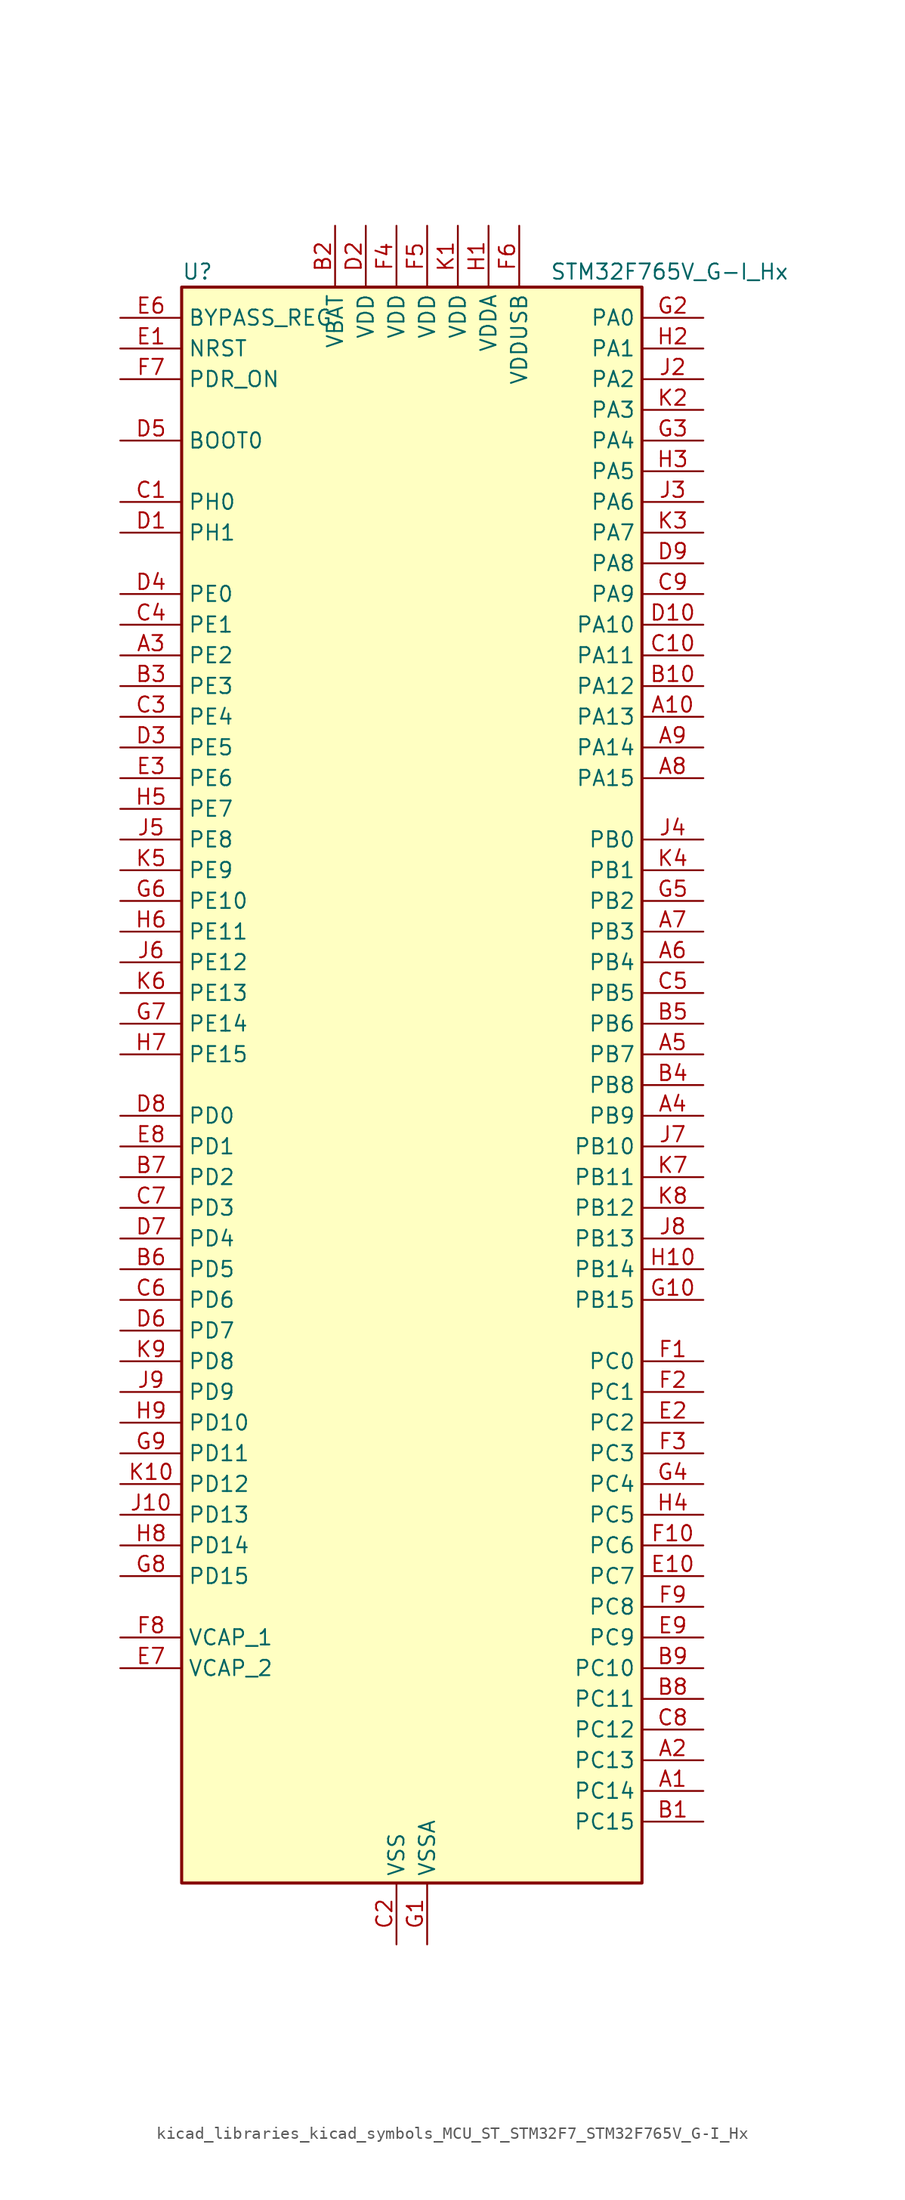
<source format=kicad_sym>
(kicad_symbol_lib
  (version 20220914)
  (generator kicad_symbol_editor)
  (symbol "kicad_libraries_kicad_symbols_MCU_ST_STM32F7_STM32F765V_G-I_Hx"
    (property "Reference" "U"
      (at -17.78 67.31 0)
      (effects (font (size 1.27 1.27)) (justify left)))
    (property "Value" "STM32F765V_G-I_Hx"
      (at 12.7 67.31 0)
      (effects (font (size 1.27 1.27)) (justify left)))
    (property "ki_locked" ""
      (at 0 0 0)
      (effects (font (size 1.27 1.27))))
    (symbol "kicad_libraries_kicad_symbols_MCU_ST_STM32F7_STM32F765V_G-I_Hx_0_1"
      (rectangle (start -17.78 -66.04) (end 20.32 66.04) (stroke (width 0.254) (type default)) (fill (type background))))
    (symbol "kicad_libraries_kicad_symbols_MCU_ST_STM32F7_STM32F765V_G-I_Hx_1_1"
      (pin bidirectional line (at 25.4 -58.42 180) (length 5.08) (name "PC14" (effects (font (size 1.27 1.27)))) (number "A1" (effects (font (size 1.27 1.27)))) (alternate "RCC_OSC32_IN" bidirectional line))
      (pin bidirectional line (at 25.4 30.48 180) (length 5.08) (name "PA13" (effects (font (size 1.27 1.27)))) (number "A10" (effects (font (size 1.27 1.27)))) (alternate "SYS_JTMS-SWDIO" bidirectional line))
      (pin bidirectional line (at 25.4 -55.88 180) (length 5.08) (name "PC13" (effects (font (size 1.27 1.27)))) (number "A2" (effects (font (size 1.27 1.27)))) (alternate "RTC_OUT" bidirectional line) (alternate "RTC_TAMP1" bidirectional line) (alternate "RTC_TS" bidirectional line) (alternate "SYS_WKUP4" bidirectional line))
      (pin bidirectional line (at -22.86 35.56 0) (length 5.08) (name "PE2" (effects (font (size 1.27 1.27)))) (number "A3" (effects (font (size 1.27 1.27)))) (alternate "ETH_TXD3" bidirectional line) (alternate "FMC_A23" bidirectional line) (alternate "QUADSPI_BK1_IO2" bidirectional line) (alternate "SAI1_MCLK_A" bidirectional line) (alternate "SPI4_SCK" bidirectional line) (alternate "SYS_TRACECLK" bidirectional line))
      (pin bidirectional line (at 25.4 -2.54 180) (length 5.08) (name "PB9" (effects (font (size 1.27 1.27)))) (number "A4" (effects (font (size 1.27 1.27)))) (alternate "CAN1_TX" bidirectional line) (alternate "DAC_EXTI9" bidirectional line) (alternate "DCMI_D7" bidirectional line) (alternate "DFSDM1_DATIN7" bidirectional line) (alternate "I2C1_SDA" bidirectional line) (alternate "I2C4_SDA" bidirectional line) (alternate "I2C4_SMBA" bidirectional line) (alternate "I2S2_WS" bidirectional line) (alternate "SDMMC1_D5" bidirectional line) (alternate "SDMMC2_D5" bidirectional line) (alternate "SPI2_NSS" bidirectional line) (alternate "TIM11_CH1" bidirectional line) (alternate "TIM4_CH4" bidirectional line) (alternate "UART5_TX" bidirectional line))
      (pin bidirectional line (at 25.4 2.54 180) (length 5.08) (name "PB7" (effects (font (size 1.27 1.27)))) (number "A5" (effects (font (size 1.27 1.27)))) (alternate "DCMI_VSYNC" bidirectional line) (alternate "DFSDM1_CKIN5" bidirectional line) (alternate "FMC_NL" bidirectional line) (alternate "I2C1_SDA" bidirectional line) (alternate "I2C4_SDA" bidirectional line) (alternate "TIM4_CH2" bidirectional line) (alternate "USART1_RX" bidirectional line))
      (pin bidirectional line (at 25.4 10.16 180) (length 5.08) (name "PB4" (effects (font (size 1.27 1.27)))) (number "A6" (effects (font (size 1.27 1.27)))) (alternate "CAN3_TX" bidirectional line) (alternate "I2S2_WS" bidirectional line) (alternate "SDMMC2_D3" bidirectional line) (alternate "SPI1_MISO" bidirectional line) (alternate "SPI2_NSS" bidirectional line) (alternate "SPI3_MISO" bidirectional line) (alternate "SPI6_MISO" bidirectional line) (alternate "SYS_JTRST" bidirectional line) (alternate "TIM3_CH1" bidirectional line) (alternate "UART7_TX" bidirectional line))
      (pin bidirectional line (at 25.4 12.7 180) (length 5.08) (name "PB3" (effects (font (size 1.27 1.27)))) (number "A7" (effects (font (size 1.27 1.27)))) (alternate "CAN3_RX" bidirectional line) (alternate "I2S1_CK" bidirectional line) (alternate "I2S3_CK" bidirectional line) (alternate "SDMMC2_D2" bidirectional line) (alternate "SPI1_SCK" bidirectional line) (alternate "SPI3_SCK" bidirectional line) (alternate "SPI6_SCK" bidirectional line) (alternate "SYS_JTDO-SWO" bidirectional line) (alternate "TIM2_CH2" bidirectional line) (alternate "UART7_RX" bidirectional line))
      (pin bidirectional line (at 25.4 25.4 180) (length 5.08) (name "PA15" (effects (font (size 1.27 1.27)))) (number "A8" (effects (font (size 1.27 1.27)))) (alternate "CAN3_TX" bidirectional line) (alternate "CEC" bidirectional line) (alternate "I2S1_WS" bidirectional line) (alternate "I2S3_WS" bidirectional line) (alternate "SPI1_NSS" bidirectional line) (alternate "SPI3_NSS" bidirectional line) (alternate "SPI6_NSS" bidirectional line) (alternate "SYS_JTDI" bidirectional line) (alternate "TIM2_CH1" bidirectional line) (alternate "TIM2_ETR" bidirectional line) (alternate "UART4_DE" bidirectional line) (alternate "UART4_RTS" bidirectional line) (alternate "UART7_TX" bidirectional line))
      (pin bidirectional line (at 25.4 27.94 180) (length 5.08) (name "PA14" (effects (font (size 1.27 1.27)))) (number "A9" (effects (font (size 1.27 1.27)))) (alternate "SYS_JTCK-SWCLK" bidirectional line))
      (pin bidirectional line (at 25.4 -60.96 180) (length 5.08) (name "PC15" (effects (font (size 1.27 1.27)))) (number "B1" (effects (font (size 1.27 1.27)))) (alternate "RCC_OSC32_OUT" bidirectional line))
      (pin bidirectional line (at 25.4 33.02 180) (length 5.08) (name "PA12" (effects (font (size 1.27 1.27)))) (number "B10" (effects (font (size 1.27 1.27)))) (alternate "CAN1_TX" bidirectional line) (alternate "I2S2_CK" bidirectional line) (alternate "SAI2_FS_B" bidirectional line) (alternate "SPI2_SCK" bidirectional line) (alternate "TIM1_ETR" bidirectional line) (alternate "UART4_TX" bidirectional line) (alternate "USART1_DE" bidirectional line) (alternate "USART1_RTS" bidirectional line) (alternate "USB_OTG_FS_DP" bidirectional line))
      (pin power_in line (at -5.08 71.12 270) (length 5.08) (name "VBAT" (effects (font (size 1.27 1.27)))) (number "B2" (effects (font (size 1.27 1.27)))))
      (pin bidirectional line (at -22.86 33.02 0) (length 5.08) (name "PE3" (effects (font (size 1.27 1.27)))) (number "B3" (effects (font (size 1.27 1.27)))) (alternate "FMC_A19" bidirectional line) (alternate "SAI1_SD_B" bidirectional line) (alternate "SYS_TRACED0" bidirectional line))
      (pin bidirectional line (at 25.4 0 180) (length 5.08) (name "PB8" (effects (font (size 1.27 1.27)))) (number "B4" (effects (font (size 1.27 1.27)))) (alternate "CAN1_RX" bidirectional line) (alternate "DCMI_D6" bidirectional line) (alternate "DFSDM1_CKIN7" bidirectional line) (alternate "ETH_TXD3" bidirectional line) (alternate "I2C1_SCL" bidirectional line) (alternate "I2C4_SCL" bidirectional line) (alternate "SDMMC1_D4" bidirectional line) (alternate "SDMMC2_D4" bidirectional line) (alternate "TIM10_CH1" bidirectional line) (alternate "TIM4_CH3" bidirectional line) (alternate "UART5_RX" bidirectional line))
      (pin bidirectional line (at 25.4 5.08 180) (length 5.08) (name "PB6" (effects (font (size 1.27 1.27)))) (number "B5" (effects (font (size 1.27 1.27)))) (alternate "CAN2_TX" bidirectional line) (alternate "CEC" bidirectional line) (alternate "DCMI_D5" bidirectional line) (alternate "DFSDM1_DATIN5" bidirectional line) (alternate "FMC_SDNE1" bidirectional line) (alternate "I2C1_SCL" bidirectional line) (alternate "I2C4_SCL" bidirectional line) (alternate "QUADSPI_BK1_NCS" bidirectional line) (alternate "TIM4_CH1" bidirectional line) (alternate "UART5_TX" bidirectional line) (alternate "USART1_TX" bidirectional line))
      (pin bidirectional line (at -22.86 -15.24 0) (length 5.08) (name "PD5" (effects (font (size 1.27 1.27)))) (number "B6" (effects (font (size 1.27 1.27)))) (alternate "FMC_NWE" bidirectional line) (alternate "USART2_TX" bidirectional line))
      (pin bidirectional line (at -22.86 -7.62 0) (length 5.08) (name "PD2" (effects (font (size 1.27 1.27)))) (number "B7" (effects (font (size 1.27 1.27)))) (alternate "DCMI_D11" bidirectional line) (alternate "SDMMC1_CMD" bidirectional line) (alternate "SYS_TRACED2" bidirectional line) (alternate "TIM3_ETR" bidirectional line) (alternate "UART5_RX" bidirectional line))
      (pin bidirectional line (at 25.4 -50.8 180) (length 5.08) (name "PC11" (effects (font (size 1.27 1.27)))) (number "B8" (effects (font (size 1.27 1.27)))) (alternate "ADC1_EXTI11" bidirectional line) (alternate "ADC2_EXTI11" bidirectional line) (alternate "ADC3_EXTI11" bidirectional line) (alternate "DCMI_D4" bidirectional line) (alternate "DFSDM1_DATIN5" bidirectional line) (alternate "QUADSPI_BK2_NCS" bidirectional line) (alternate "SDMMC1_D3" bidirectional line) (alternate "SPI3_MISO" bidirectional line) (alternate "UART4_RX" bidirectional line) (alternate "USART3_RX" bidirectional line))
      (pin bidirectional line (at 25.4 -48.26 180) (length 5.08) (name "PC10" (effects (font (size 1.27 1.27)))) (number "B9" (effects (font (size 1.27 1.27)))) (alternate "DCMI_D8" bidirectional line) (alternate "DFSDM1_CKIN5" bidirectional line) (alternate "I2S3_CK" bidirectional line) (alternate "QUADSPI_BK1_IO1" bidirectional line) (alternate "SDMMC1_D2" bidirectional line) (alternate "SPI3_SCK" bidirectional line) (alternate "UART4_TX" bidirectional line) (alternate "USART3_TX" bidirectional line))
      (pin bidirectional line (at -22.86 48.26 0) (length 5.08) (name "PH0" (effects (font (size 1.27 1.27)))) (number "C1" (effects (font (size 1.27 1.27)))) (alternate "RCC_OSC_IN" bidirectional line))
      (pin bidirectional line (at 25.4 35.56 180) (length 5.08) (name "PA11" (effects (font (size 1.27 1.27)))) (number "C10" (effects (font (size 1.27 1.27)))) (alternate "ADC1_EXTI11" bidirectional line) (alternate "ADC2_EXTI11" bidirectional line) (alternate "ADC3_EXTI11" bidirectional line) (alternate "CAN1_RX" bidirectional line) (alternate "I2S2_WS" bidirectional line) (alternate "SPI2_NSS" bidirectional line) (alternate "TIM1_CH4" bidirectional line) (alternate "UART4_RX" bidirectional line) (alternate "USART1_CTS" bidirectional line) (alternate "USB_OTG_FS_DM" bidirectional line))
      (pin power_in line (at 0 -71.12 90) (length 5.08) (name "VSS" (effects (font (size 1.27 1.27)))) (number "C2" (effects (font (size 1.27 1.27)))))
      (pin bidirectional line (at -22.86 30.48 0) (length 5.08) (name "PE4" (effects (font (size 1.27 1.27)))) (number "C3" (effects (font (size 1.27 1.27)))) (alternate "DCMI_D4" bidirectional line) (alternate "DFSDM1_DATIN3" bidirectional line) (alternate "FMC_A20" bidirectional line) (alternate "SAI1_FS_A" bidirectional line) (alternate "SPI4_NSS" bidirectional line) (alternate "SYS_TRACED1" bidirectional line))
      (pin bidirectional line (at -22.86 38.1 0) (length 5.08) (name "PE1" (effects (font (size 1.27 1.27)))) (number "C4" (effects (font (size 1.27 1.27)))) (alternate "DCMI_D3" bidirectional line) (alternate "FMC_NBL1" bidirectional line) (alternate "LPTIM1_IN2" bidirectional line) (alternate "UART8_TX" bidirectional line))
      (pin bidirectional line (at 25.4 7.62 180) (length 5.08) (name "PB5" (effects (font (size 1.27 1.27)))) (number "C5" (effects (font (size 1.27 1.27)))) (alternate "CAN2_RX" bidirectional line) (alternate "DCMI_D10" bidirectional line) (alternate "ETH_PPS_OUT" bidirectional line) (alternate "FMC_SDCKE1" bidirectional line) (alternate "I2C1_SMBA" bidirectional line) (alternate "I2S1_SD" bidirectional line) (alternate "I2S3_SD" bidirectional line) (alternate "SPI1_MOSI" bidirectional line) (alternate "SPI3_MOSI" bidirectional line) (alternate "SPI6_MOSI" bidirectional line) (alternate "TIM3_CH2" bidirectional line) (alternate "UART5_RX" bidirectional line) (alternate "USB_OTG_HS_ULPI_D7" bidirectional line))
      (pin bidirectional line (at -22.86 -17.78 0) (length 5.08) (name "PD6" (effects (font (size 1.27 1.27)))) (number "C6" (effects (font (size 1.27 1.27)))) (alternate "DCMI_D10" bidirectional line) (alternate "DFSDM1_CKIN4" bidirectional line) (alternate "DFSDM1_DATIN1" bidirectional line) (alternate "FMC_NWAIT" bidirectional line) (alternate "I2S3_SD" bidirectional line) (alternate "SAI1_SD_A" bidirectional line) (alternate "SDMMC2_CK" bidirectional line) (alternate "SPI3_MOSI" bidirectional line) (alternate "USART2_RX" bidirectional line))
      (pin bidirectional line (at -22.86 -10.16 0) (length 5.08) (name "PD3" (effects (font (size 1.27 1.27)))) (number "C7" (effects (font (size 1.27 1.27)))) (alternate "DCMI_D5" bidirectional line) (alternate "DFSDM1_CKOUT" bidirectional line) (alternate "DFSDM1_DATIN0" bidirectional line) (alternate "FMC_CLK" bidirectional line) (alternate "I2S2_CK" bidirectional line) (alternate "SPI2_SCK" bidirectional line) (alternate "USART2_CTS" bidirectional line))
      (pin bidirectional line (at 25.4 -53.34 180) (length 5.08) (name "PC12" (effects (font (size 1.27 1.27)))) (number "C8" (effects (font (size 1.27 1.27)))) (alternate "DCMI_D9" bidirectional line) (alternate "I2S3_SD" bidirectional line) (alternate "SDMMC1_CK" bidirectional line) (alternate "SPI3_MOSI" bidirectional line) (alternate "SYS_TRACED3" bidirectional line) (alternate "UART5_TX" bidirectional line) (alternate "USART3_CK" bidirectional line))
      (pin bidirectional line (at 25.4 40.64 180) (length 5.08) (name "PA9" (effects (font (size 1.27 1.27)))) (number "C9" (effects (font (size 1.27 1.27)))) (alternate "DAC_EXTI9" bidirectional line) (alternate "DCMI_D0" bidirectional line) (alternate "I2C3_SMBA" bidirectional line) (alternate "I2S2_CK" bidirectional line) (alternate "SPI2_SCK" bidirectional line) (alternate "TIM1_CH2" bidirectional line) (alternate "USART1_TX" bidirectional line) (alternate "USB_OTG_FS_VBUS" bidirectional line))
      (pin bidirectional line (at -22.86 45.72 0) (length 5.08) (name "PH1" (effects (font (size 1.27 1.27)))) (number "D1" (effects (font (size 1.27 1.27)))) (alternate "RCC_OSC_OUT" bidirectional line))
      (pin bidirectional line (at 25.4 38.1 180) (length 5.08) (name "PA10" (effects (font (size 1.27 1.27)))) (number "D10" (effects (font (size 1.27 1.27)))) (alternate "DCMI_D1" bidirectional line) (alternate "MDIOS_MDIO" bidirectional line) (alternate "TIM1_CH3" bidirectional line) (alternate "USART1_RX" bidirectional line) (alternate "USB_OTG_FS_ID" bidirectional line))
      (pin power_in line (at -2.54 71.12 270) (length 5.08) (name "VDD" (effects (font (size 1.27 1.27)))) (number "D2" (effects (font (size 1.27 1.27)))))
      (pin bidirectional line (at -22.86 27.94 0) (length 5.08) (name "PE5" (effects (font (size 1.27 1.27)))) (number "D3" (effects (font (size 1.27 1.27)))) (alternate "DCMI_D6" bidirectional line) (alternate "DFSDM1_CKIN3" bidirectional line) (alternate "FMC_A21" bidirectional line) (alternate "SAI1_SCK_A" bidirectional line) (alternate "SPI4_MISO" bidirectional line) (alternate "SYS_TRACED2" bidirectional line) (alternate "TIM9_CH1" bidirectional line))
      (pin bidirectional line (at -22.86 40.64 0) (length 5.08) (name "PE0" (effects (font (size 1.27 1.27)))) (number "D4" (effects (font (size 1.27 1.27)))) (alternate "DCMI_D2" bidirectional line) (alternate "FMC_NBL0" bidirectional line) (alternate "LPTIM1_ETR" bidirectional line) (alternate "SAI2_MCLK_A" bidirectional line) (alternate "TIM4_ETR" bidirectional line) (alternate "UART8_RX" bidirectional line))
      (pin input line (at -22.86 53.34 0) (length 5.08) (name "BOOT0" (effects (font (size 1.27 1.27)))) (number "D5" (effects (font (size 1.27 1.27)))))
      (pin bidirectional line (at -22.86 -20.32 0) (length 5.08) (name "PD7" (effects (font (size 1.27 1.27)))) (number "D6" (effects (font (size 1.27 1.27)))) (alternate "DFSDM1_CKIN1" bidirectional line) (alternate "DFSDM1_DATIN4" bidirectional line) (alternate "FMC_NE1" bidirectional line) (alternate "I2S1_SD" bidirectional line) (alternate "SDMMC2_CMD" bidirectional line) (alternate "SPDIFRX_IN0" bidirectional line) (alternate "SPI1_MOSI" bidirectional line) (alternate "USART2_CK" bidirectional line))
      (pin bidirectional line (at -22.86 -12.7 0) (length 5.08) (name "PD4" (effects (font (size 1.27 1.27)))) (number "D7" (effects (font (size 1.27 1.27)))) (alternate "DFSDM1_CKIN0" bidirectional line) (alternate "FMC_NOE" bidirectional line) (alternate "USART2_DE" bidirectional line) (alternate "USART2_RTS" bidirectional line))
      (pin bidirectional line (at -22.86 -2.54 0) (length 5.08) (name "PD0" (effects (font (size 1.27 1.27)))) (number "D8" (effects (font (size 1.27 1.27)))) (alternate "CAN1_RX" bidirectional line) (alternate "DFSDM1_CKIN6" bidirectional line) (alternate "DFSDM1_DATIN7" bidirectional line) (alternate "FMC_D2" bidirectional line) (alternate "FMC_DA2" bidirectional line) (alternate "UART4_RX" bidirectional line))
      (pin bidirectional line (at 25.4 43.18 180) (length 5.08) (name "PA8" (effects (font (size 1.27 1.27)))) (number "D9" (effects (font (size 1.27 1.27)))) (alternate "CAN3_RX" bidirectional line) (alternate "I2C3_SCL" bidirectional line) (alternate "RCC_MCO_1" bidirectional line) (alternate "TIM1_CH1" bidirectional line) (alternate "TIM8_BKIN2" bidirectional line) (alternate "UART7_RX" bidirectional line) (alternate "USART1_CK" bidirectional line) (alternate "USB_OTG_FS_SOF" bidirectional line))
      (pin input line (at -22.86 60.96 0) (length 5.08) (name "NRST" (effects (font (size 1.27 1.27)))) (number "E1" (effects (font (size 1.27 1.27)))))
      (pin bidirectional line (at 25.4 -40.64 180) (length 5.08) (name "PC7" (effects (font (size 1.27 1.27)))) (number "E10" (effects (font (size 1.27 1.27)))) (alternate "DCMI_D1" bidirectional line) (alternate "DFSDM1_DATIN3" bidirectional line) (alternate "FMC_NE1" bidirectional line) (alternate "I2S3_MCK" bidirectional line) (alternate "SDMMC1_D7" bidirectional line) (alternate "SDMMC2_D7" bidirectional line) (alternate "TIM3_CH2" bidirectional line) (alternate "TIM8_CH2" bidirectional line) (alternate "USART6_RX" bidirectional line))
      (pin bidirectional line (at 25.4 -27.94 180) (length 5.08) (name "PC2" (effects (font (size 1.27 1.27)))) (number "E2" (effects (font (size 1.27 1.27)))) (alternate "ADC1_IN12" bidirectional line) (alternate "ADC2_IN12" bidirectional line) (alternate "ADC3_IN12" bidirectional line) (alternate "DFSDM1_CKIN1" bidirectional line) (alternate "DFSDM1_CKOUT" bidirectional line) (alternate "ETH_TXD2" bidirectional line) (alternate "FMC_SDNE0" bidirectional line) (alternate "SPI2_MISO" bidirectional line) (alternate "USB_OTG_HS_ULPI_DIR" bidirectional line))
      (pin bidirectional line (at -22.86 25.4 0) (length 5.08) (name "PE6" (effects (font (size 1.27 1.27)))) (number "E3" (effects (font (size 1.27 1.27)))) (alternate "DCMI_D7" bidirectional line) (alternate "FMC_A22" bidirectional line) (alternate "SAI1_SD_A" bidirectional line) (alternate "SAI2_MCLK_B" bidirectional line) (alternate "SPI4_MOSI" bidirectional line) (alternate "SYS_TRACED3" bidirectional line) (alternate "TIM1_BKIN2" bidirectional line) (alternate "TIM9_CH2" bidirectional line))
      (pin passive line (at 0 -71.12 90) (length 5.08) hide (name "VSS" (effects (font (size 1.27 1.27)))) (number "E4" (effects (font (size 1.27 1.27)))))
      (pin passive line (at 0 -71.12 90) (length 5.08) hide (name "VSS" (effects (font (size 1.27 1.27)))) (number "E5" (effects (font (size 1.27 1.27)))))
      (pin input line (at -22.86 63.5 0) (length 5.08) (name "BYPASS_REG" (effects (font (size 1.27 1.27)))) (number "E6" (effects (font (size 1.27 1.27)))))
      (pin power_out line (at -22.86 -48.26 0) (length 5.08) (name "VCAP_2" (effects (font (size 1.27 1.27)))) (number "E7" (effects (font (size 1.27 1.27)))))
      (pin bidirectional line (at -22.86 -5.08 0) (length 5.08) (name "PD1" (effects (font (size 1.27 1.27)))) (number "E8" (effects (font (size 1.27 1.27)))) (alternate "CAN1_TX" bidirectional line) (alternate "DFSDM1_CKIN7" bidirectional line) (alternate "DFSDM1_DATIN6" bidirectional line) (alternate "FMC_D3" bidirectional line) (alternate "FMC_DA3" bidirectional line) (alternate "UART4_TX" bidirectional line))
      (pin bidirectional line (at 25.4 -45.72 180) (length 5.08) (name "PC9" (effects (font (size 1.27 1.27)))) (number "E9" (effects (font (size 1.27 1.27)))) (alternate "DAC_EXTI9" bidirectional line) (alternate "DCMI_D3" bidirectional line) (alternate "I2C3_SDA" bidirectional line) (alternate "I2S_CKIN" bidirectional line) (alternate "QUADSPI_BK1_IO0" bidirectional line) (alternate "RCC_MCO_2" bidirectional line) (alternate "SDMMC1_D1" bidirectional line) (alternate "TIM3_CH4" bidirectional line) (alternate "TIM8_CH4" bidirectional line) (alternate "UART5_CTS" bidirectional line))
      (pin bidirectional line (at 25.4 -22.86 180) (length 5.08) (name "PC0" (effects (font (size 1.27 1.27)))) (number "F1" (effects (font (size 1.27 1.27)))) (alternate "ADC1_IN10" bidirectional line) (alternate "ADC2_IN10" bidirectional line) (alternate "ADC3_IN10" bidirectional line) (alternate "DFSDM1_CKIN0" bidirectional line) (alternate "DFSDM1_DATIN4" bidirectional line) (alternate "FMC_SDNWE" bidirectional line) (alternate "SAI2_FS_B" bidirectional line) (alternate "USB_OTG_HS_ULPI_STP" bidirectional line))
      (pin bidirectional line (at 25.4 -38.1 180) (length 5.08) (name "PC6" (effects (font (size 1.27 1.27)))) (number "F10" (effects (font (size 1.27 1.27)))) (alternate "DCMI_D0" bidirectional line) (alternate "DFSDM1_CKIN3" bidirectional line) (alternate "FMC_NWAIT" bidirectional line) (alternate "I2S2_MCK" bidirectional line) (alternate "SDMMC1_D6" bidirectional line) (alternate "SDMMC2_D6" bidirectional line) (alternate "TIM3_CH1" bidirectional line) (alternate "TIM8_CH1" bidirectional line) (alternate "USART6_TX" bidirectional line))
      (pin bidirectional line (at 25.4 -25.4 180) (length 5.08) (name "PC1" (effects (font (size 1.27 1.27)))) (number "F2" (effects (font (size 1.27 1.27)))) (alternate "ADC1_IN11" bidirectional line) (alternate "ADC2_IN11" bidirectional line) (alternate "ADC3_IN11" bidirectional line) (alternate "DFSDM1_CKIN4" bidirectional line) (alternate "DFSDM1_DATIN0" bidirectional line) (alternate "ETH_MDC" bidirectional line) (alternate "I2S2_SD" bidirectional line) (alternate "MDIOS_MDC" bidirectional line) (alternate "RTC_TAMP3" bidirectional line) (alternate "RTC_TS" bidirectional line) (alternate "SAI1_SD_A" bidirectional line) (alternate "SPI2_MOSI" bidirectional line) (alternate "SYS_TRACED0" bidirectional line) (alternate "SYS_WKUP3" bidirectional line))
      (pin bidirectional line (at 25.4 -30.48 180) (length 5.08) (name "PC3" (effects (font (size 1.27 1.27)))) (number "F3" (effects (font (size 1.27 1.27)))) (alternate "ADC1_IN13" bidirectional line) (alternate "ADC2_IN13" bidirectional line) (alternate "ADC3_IN13" bidirectional line) (alternate "DFSDM1_DATIN1" bidirectional line) (alternate "ETH_TX_CLK" bidirectional line) (alternate "FMC_SDCKE0" bidirectional line) (alternate "I2S2_SD" bidirectional line) (alternate "SPI2_MOSI" bidirectional line) (alternate "USB_OTG_HS_ULPI_NXT" bidirectional line))
      (pin power_in line (at 0 71.12 270) (length 5.08) (name "VDD" (effects (font (size 1.27 1.27)))) (number "F4" (effects (font (size 1.27 1.27)))))
      (pin power_in line (at 2.54 71.12 270) (length 5.08) (name "VDD" (effects (font (size 1.27 1.27)))) (number "F5" (effects (font (size 1.27 1.27)))))
      (pin power_in line (at 10.16 71.12 270) (length 5.08) (name "VDDUSB" (effects (font (size 1.27 1.27)))) (number "F6" (effects (font (size 1.27 1.27)))))
      (pin input line (at -22.86 58.42 0) (length 5.08) (name "PDR_ON" (effects (font (size 1.27 1.27)))) (number "F7" (effects (font (size 1.27 1.27)))))
      (pin power_out line (at -22.86 -45.72 0) (length 5.08) (name "VCAP_1" (effects (font (size 1.27 1.27)))) (number "F8" (effects (font (size 1.27 1.27)))))
      (pin bidirectional line (at 25.4 -43.18 180) (length 5.08) (name "PC8" (effects (font (size 1.27 1.27)))) (number "F9" (effects (font (size 1.27 1.27)))) (alternate "DCMI_D2" bidirectional line) (alternate "FMC_NCE" bidirectional line) (alternate "FMC_NE2" bidirectional line) (alternate "SDMMC1_D0" bidirectional line) (alternate "SYS_TRACED1" bidirectional line) (alternate "TIM3_CH3" bidirectional line) (alternate "TIM8_CH3" bidirectional line) (alternate "UART5_DE" bidirectional line) (alternate "UART5_RTS" bidirectional line) (alternate "USART6_CK" bidirectional line))
      (pin power_in line (at 2.54 -71.12 90) (length 5.08) (name "VSSA" (effects (font (size 1.27 1.27)))) (number "G1" (effects (font (size 1.27 1.27)))))
      (pin bidirectional line (at 25.4 -17.78 180) (length 5.08) (name "PB15" (effects (font (size 1.27 1.27)))) (number "G10" (effects (font (size 1.27 1.27)))) (alternate "DFSDM1_CKIN2" bidirectional line) (alternate "I2S2_SD" bidirectional line) (alternate "RTC_REFIN" bidirectional line) (alternate "SDMMC2_D1" bidirectional line) (alternate "SPI2_MOSI" bidirectional line) (alternate "TIM12_CH2" bidirectional line) (alternate "TIM1_CH3N" bidirectional line) (alternate "TIM8_CH3N" bidirectional line) (alternate "UART4_CTS" bidirectional line) (alternate "USART1_RX" bidirectional line) (alternate "USB_OTG_HS_DP" bidirectional line))
      (pin bidirectional line (at 25.4 63.5 180) (length 5.08) (name "PA0" (effects (font (size 1.27 1.27)))) (number "G2" (effects (font (size 1.27 1.27)))) (alternate "ADC1_IN0" bidirectional line) (alternate "ADC2_IN0" bidirectional line) (alternate "ADC3_IN0" bidirectional line) (alternate "ETH_CRS" bidirectional line) (alternate "SAI2_SD_B" bidirectional line) (alternate "SYS_WKUP1" bidirectional line) (alternate "TIM2_CH1" bidirectional line) (alternate "TIM2_ETR" bidirectional line) (alternate "TIM5_CH1" bidirectional line) (alternate "TIM8_ETR" bidirectional line) (alternate "UART4_TX" bidirectional line) (alternate "USART2_CTS" bidirectional line))
      (pin bidirectional line (at 25.4 53.34 180) (length 5.08) (name "PA4" (effects (font (size 1.27 1.27)))) (number "G3" (effects (font (size 1.27 1.27)))) (alternate "ADC1_IN4" bidirectional line) (alternate "ADC2_IN4" bidirectional line) (alternate "DAC_OUT1" bidirectional line) (alternate "DCMI_HSYNC" bidirectional line) (alternate "I2S1_WS" bidirectional line) (alternate "I2S3_WS" bidirectional line) (alternate "SPI1_NSS" bidirectional line) (alternate "SPI3_NSS" bidirectional line) (alternate "SPI6_NSS" bidirectional line) (alternate "USART2_CK" bidirectional line) (alternate "USB_OTG_HS_SOF" bidirectional line))
      (pin bidirectional line (at 25.4 -33.02 180) (length 5.08) (name "PC4" (effects (font (size 1.27 1.27)))) (number "G4" (effects (font (size 1.27 1.27)))) (alternate "ADC1_IN14" bidirectional line) (alternate "ADC2_IN14" bidirectional line) (alternate "DFSDM1_CKIN2" bidirectional line) (alternate "ETH_RXD0" bidirectional line) (alternate "FMC_SDNE0" bidirectional line) (alternate "I2S1_MCK" bidirectional line) (alternate "SPDIFRX_IN2" bidirectional line))
      (pin bidirectional line (at 25.4 15.24 180) (length 5.08) (name "PB2" (effects (font (size 1.27 1.27)))) (number "G5" (effects (font (size 1.27 1.27)))) (alternate "DFSDM1_CKIN1" bidirectional line) (alternate "I2S3_SD" bidirectional line) (alternate "QUADSPI_CLK" bidirectional line) (alternate "SAI1_SD_A" bidirectional line) (alternate "SPI3_MOSI" bidirectional line))
      (pin bidirectional line (at -22.86 15.24 0) (length 5.08) (name "PE10" (effects (font (size 1.27 1.27)))) (number "G6" (effects (font (size 1.27 1.27)))) (alternate "DFSDM1_DATIN4" bidirectional line) (alternate "FMC_D7" bidirectional line) (alternate "FMC_DA7" bidirectional line) (alternate "QUADSPI_BK2_IO3" bidirectional line) (alternate "TIM1_CH2N" bidirectional line) (alternate "UART7_CTS" bidirectional line))
      (pin bidirectional line (at -22.86 5.08 0) (length 5.08) (name "PE14" (effects (font (size 1.27 1.27)))) (number "G7" (effects (font (size 1.27 1.27)))) (alternate "FMC_D11" bidirectional line) (alternate "FMC_DA11" bidirectional line) (alternate "SAI2_MCLK_B" bidirectional line) (alternate "SPI4_MOSI" bidirectional line) (alternate "TIM1_CH4" bidirectional line))
      (pin bidirectional line (at -22.86 -40.64 0) (length 5.08) (name "PD15" (effects (font (size 1.27 1.27)))) (number "G8" (effects (font (size 1.27 1.27)))) (alternate "FMC_D1" bidirectional line) (alternate "FMC_DA1" bidirectional line) (alternate "TIM4_CH4" bidirectional line) (alternate "UART8_DE" bidirectional line) (alternate "UART8_RTS" bidirectional line))
      (pin bidirectional line (at -22.86 -30.48 0) (length 5.08) (name "PD11" (effects (font (size 1.27 1.27)))) (number "G9" (effects (font (size 1.27 1.27)))) (alternate "ADC1_EXTI11" bidirectional line) (alternate "ADC2_EXTI11" bidirectional line) (alternate "ADC3_EXTI11" bidirectional line) (alternate "FMC_A16" bidirectional line) (alternate "FMC_CLE" bidirectional line) (alternate "I2C4_SMBA" bidirectional line) (alternate "QUADSPI_BK1_IO0" bidirectional line) (alternate "SAI2_SD_A" bidirectional line) (alternate "USART3_CTS" bidirectional line))
      (pin power_in line (at 7.62 71.12 270) (length 5.08) (name "VDDA" (effects (font (size 1.27 1.27)))) (number "H1" (effects (font (size 1.27 1.27)))))
      (pin bidirectional line (at 25.4 -15.24 180) (length 5.08) (name "PB14" (effects (font (size 1.27 1.27)))) (number "H10" (effects (font (size 1.27 1.27)))) (alternate "DFSDM1_DATIN2" bidirectional line) (alternate "SDMMC2_D0" bidirectional line) (alternate "SPI2_MISO" bidirectional line) (alternate "TIM12_CH1" bidirectional line) (alternate "TIM1_CH2N" bidirectional line) (alternate "TIM8_CH2N" bidirectional line) (alternate "UART4_DE" bidirectional line) (alternate "UART4_RTS" bidirectional line) (alternate "USART1_TX" bidirectional line) (alternate "USART3_DE" bidirectional line) (alternate "USART3_RTS" bidirectional line) (alternate "USB_OTG_HS_DM" bidirectional line))
      (pin bidirectional line (at 25.4 60.96 180) (length 5.08) (name "PA1" (effects (font (size 1.27 1.27)))) (number "H2" (effects (font (size 1.27 1.27)))) (alternate "ADC1_IN1" bidirectional line) (alternate "ADC2_IN1" bidirectional line) (alternate "ADC3_IN1" bidirectional line) (alternate "ETH_REF_CLK" bidirectional line) (alternate "ETH_RX_CLK" bidirectional line) (alternate "QUADSPI_BK1_IO3" bidirectional line) (alternate "SAI2_MCLK_B" bidirectional line) (alternate "TIM2_CH2" bidirectional line) (alternate "TIM5_CH2" bidirectional line) (alternate "UART4_RX" bidirectional line) (alternate "USART2_DE" bidirectional line) (alternate "USART2_RTS" bidirectional line))
      (pin bidirectional line (at 25.4 50.8 180) (length 5.08) (name "PA5" (effects (font (size 1.27 1.27)))) (number "H3" (effects (font (size 1.27 1.27)))) (alternate "ADC1_IN5" bidirectional line) (alternate "ADC2_IN5" bidirectional line) (alternate "DAC_OUT2" bidirectional line) (alternate "I2S1_CK" bidirectional line) (alternate "SPI1_SCK" bidirectional line) (alternate "SPI6_SCK" bidirectional line) (alternate "TIM2_CH1" bidirectional line) (alternate "TIM2_ETR" bidirectional line) (alternate "TIM8_CH1N" bidirectional line) (alternate "USB_OTG_HS_ULPI_CK" bidirectional line))
      (pin bidirectional line (at 25.4 -35.56 180) (length 5.08) (name "PC5" (effects (font (size 1.27 1.27)))) (number "H4" (effects (font (size 1.27 1.27)))) (alternate "ADC1_IN15" bidirectional line) (alternate "ADC2_IN15" bidirectional line) (alternate "DFSDM1_DATIN2" bidirectional line) (alternate "ETH_RXD1" bidirectional line) (alternate "FMC_SDCKE0" bidirectional line) (alternate "SPDIFRX_IN3" bidirectional line))
      (pin bidirectional line (at -22.86 22.86 0) (length 5.08) (name "PE7" (effects (font (size 1.27 1.27)))) (number "H5" (effects (font (size 1.27 1.27)))) (alternate "DFSDM1_DATIN2" bidirectional line) (alternate "FMC_D4" bidirectional line) (alternate "FMC_DA4" bidirectional line) (alternate "QUADSPI_BK2_IO0" bidirectional line) (alternate "TIM1_ETR" bidirectional line) (alternate "UART7_RX" bidirectional line))
      (pin bidirectional line (at -22.86 12.7 0) (length 5.08) (name "PE11" (effects (font (size 1.27 1.27)))) (number "H6" (effects (font (size 1.27 1.27)))) (alternate "ADC1_EXTI11" bidirectional line) (alternate "ADC2_EXTI11" bidirectional line) (alternate "ADC3_EXTI11" bidirectional line) (alternate "DFSDM1_CKIN4" bidirectional line) (alternate "FMC_D8" bidirectional line) (alternate "FMC_DA8" bidirectional line) (alternate "SAI2_SD_B" bidirectional line) (alternate "SPI4_NSS" bidirectional line) (alternate "TIM1_CH2" bidirectional line))
      (pin bidirectional line (at -22.86 2.54 0) (length 5.08) (name "PE15" (effects (font (size 1.27 1.27)))) (number "H7" (effects (font (size 1.27 1.27)))) (alternate "FMC_D12" bidirectional line) (alternate "FMC_DA12" bidirectional line) (alternate "TIM1_BKIN" bidirectional line))
      (pin bidirectional line (at -22.86 -38.1 0) (length 5.08) (name "PD14" (effects (font (size 1.27 1.27)))) (number "H8" (effects (font (size 1.27 1.27)))) (alternate "FMC_D0" bidirectional line) (alternate "FMC_DA0" bidirectional line) (alternate "TIM4_CH3" bidirectional line) (alternate "UART8_CTS" bidirectional line))
      (pin bidirectional line (at -22.86 -27.94 0) (length 5.08) (name "PD10" (effects (font (size 1.27 1.27)))) (number "H9" (effects (font (size 1.27 1.27)))) (alternate "DFSDM1_CKOUT" bidirectional line) (alternate "FMC_D15" bidirectional line) (alternate "FMC_DA15" bidirectional line) (alternate "USART3_CK" bidirectional line))
      (pin passive line (at 0 -71.12 90) (length 5.08) hide (name "VSS" (effects (font (size 1.27 1.27)))) (number "J1" (effects (font (size 1.27 1.27)))))
      (pin bidirectional line (at -22.86 -35.56 0) (length 5.08) (name "PD13" (effects (font (size 1.27 1.27)))) (number "J10" (effects (font (size 1.27 1.27)))) (alternate "FMC_A18" bidirectional line) (alternate "I2C4_SDA" bidirectional line) (alternate "LPTIM1_OUT" bidirectional line) (alternate "QUADSPI_BK1_IO3" bidirectional line) (alternate "SAI2_SCK_A" bidirectional line) (alternate "TIM4_CH2" bidirectional line))
      (pin bidirectional line (at 25.4 58.42 180) (length 5.08) (name "PA2" (effects (font (size 1.27 1.27)))) (number "J2" (effects (font (size 1.27 1.27)))) (alternate "ADC1_IN2" bidirectional line) (alternate "ADC2_IN2" bidirectional line) (alternate "ADC3_IN2" bidirectional line) (alternate "ETH_MDIO" bidirectional line) (alternate "MDIOS_MDIO" bidirectional line) (alternate "SAI2_SCK_B" bidirectional line) (alternate "SYS_WKUP2" bidirectional line) (alternate "TIM2_CH3" bidirectional line) (alternate "TIM5_CH3" bidirectional line) (alternate "TIM9_CH1" bidirectional line) (alternate "USART2_TX" bidirectional line))
      (pin bidirectional line (at 25.4 48.26 180) (length 5.08) (name "PA6" (effects (font (size 1.27 1.27)))) (number "J3" (effects (font (size 1.27 1.27)))) (alternate "ADC1_IN6" bidirectional line) (alternate "ADC2_IN6" bidirectional line) (alternate "DCMI_PIXCLK" bidirectional line) (alternate "MDIOS_MDC" bidirectional line) (alternate "SPI1_MISO" bidirectional line) (alternate "SPI6_MISO" bidirectional line) (alternate "TIM13_CH1" bidirectional line) (alternate "TIM1_BKIN" bidirectional line) (alternate "TIM3_CH1" bidirectional line) (alternate "TIM8_BKIN" bidirectional line))
      (pin bidirectional line (at 25.4 20.32 180) (length 5.08) (name "PB0" (effects (font (size 1.27 1.27)))) (number "J4" (effects (font (size 1.27 1.27)))) (alternate "ADC1_IN8" bidirectional line) (alternate "ADC2_IN8" bidirectional line) (alternate "DFSDM1_CKOUT" bidirectional line) (alternate "ETH_RXD2" bidirectional line) (alternate "TIM1_CH2N" bidirectional line) (alternate "TIM3_CH3" bidirectional line) (alternate "TIM8_CH2N" bidirectional line) (alternate "UART4_CTS" bidirectional line) (alternate "USB_OTG_HS_ULPI_D1" bidirectional line))
      (pin bidirectional line (at -22.86 20.32 0) (length 5.08) (name "PE8" (effects (font (size 1.27 1.27)))) (number "J5" (effects (font (size 1.27 1.27)))) (alternate "DFSDM1_CKIN2" bidirectional line) (alternate "FMC_D5" bidirectional line) (alternate "FMC_DA5" bidirectional line) (alternate "QUADSPI_BK2_IO1" bidirectional line) (alternate "TIM1_CH1N" bidirectional line) (alternate "UART7_TX" bidirectional line))
      (pin bidirectional line (at -22.86 10.16 0) (length 5.08) (name "PE12" (effects (font (size 1.27 1.27)))) (number "J6" (effects (font (size 1.27 1.27)))) (alternate "DFSDM1_DATIN5" bidirectional line) (alternate "FMC_D9" bidirectional line) (alternate "FMC_DA9" bidirectional line) (alternate "SAI2_SCK_B" bidirectional line) (alternate "SPI4_SCK" bidirectional line) (alternate "TIM1_CH3N" bidirectional line))
      (pin bidirectional line (at 25.4 -5.08 180) (length 5.08) (name "PB10" (effects (font (size 1.27 1.27)))) (number "J7" (effects (font (size 1.27 1.27)))) (alternate "DFSDM1_DATIN7" bidirectional line) (alternate "ETH_RX_ER" bidirectional line) (alternate "I2C2_SCL" bidirectional line) (alternate "I2S2_CK" bidirectional line) (alternate "QUADSPI_BK1_NCS" bidirectional line) (alternate "SPI2_SCK" bidirectional line) (alternate "TIM2_CH3" bidirectional line) (alternate "USART3_TX" bidirectional line) (alternate "USB_OTG_HS_ULPI_D3" bidirectional line))
      (pin bidirectional line (at 25.4 -12.7 180) (length 5.08) (name "PB13" (effects (font (size 1.27 1.27)))) (number "J8" (effects (font (size 1.27 1.27)))) (alternate "CAN2_TX" bidirectional line) (alternate "DFSDM1_CKIN1" bidirectional line) (alternate "ETH_TXD1" bidirectional line) (alternate "I2S2_CK" bidirectional line) (alternate "SPI2_SCK" bidirectional line) (alternate "TIM1_CH1N" bidirectional line) (alternate "UART5_TX" bidirectional line) (alternate "USART3_CTS" bidirectional line) (alternate "USB_OTG_HS_ULPI_D6" bidirectional line) (alternate "USB_OTG_HS_VBUS" bidirectional line))
      (pin bidirectional line (at -22.86 -25.4 0) (length 5.08) (name "PD9" (effects (font (size 1.27 1.27)))) (number "J9" (effects (font (size 1.27 1.27)))) (alternate "DAC_EXTI9" bidirectional line) (alternate "DFSDM1_DATIN3" bidirectional line) (alternate "FMC_D14" bidirectional line) (alternate "FMC_DA14" bidirectional line) (alternate "USART3_RX" bidirectional line))
      (pin power_in line (at 5.08 71.12 270) (length 5.08) (name "VDD" (effects (font (size 1.27 1.27)))) (number "K1" (effects (font (size 1.27 1.27)))))
      (pin bidirectional line (at -22.86 -33.02 0) (length 5.08) (name "PD12" (effects (font (size 1.27 1.27)))) (number "K10" (effects (font (size 1.27 1.27)))) (alternate "FMC_A17" bidirectional line) (alternate "FMC_ALE" bidirectional line) (alternate "I2C4_SCL" bidirectional line) (alternate "LPTIM1_IN1" bidirectional line) (alternate "QUADSPI_BK1_IO1" bidirectional line) (alternate "SAI2_FS_A" bidirectional line) (alternate "TIM4_CH1" bidirectional line) (alternate "USART3_DE" bidirectional line) (alternate "USART3_RTS" bidirectional line))
      (pin bidirectional line (at 25.4 55.88 180) (length 5.08) (name "PA3" (effects (font (size 1.27 1.27)))) (number "K2" (effects (font (size 1.27 1.27)))) (alternate "ADC1_IN3" bidirectional line) (alternate "ADC2_IN3" bidirectional line) (alternate "ADC3_IN3" bidirectional line) (alternate "ETH_COL" bidirectional line) (alternate "TIM2_CH4" bidirectional line) (alternate "TIM5_CH4" bidirectional line) (alternate "TIM9_CH2" bidirectional line) (alternate "USART2_RX" bidirectional line) (alternate "USB_OTG_HS_ULPI_D0" bidirectional line))
      (pin bidirectional line (at 25.4 45.72 180) (length 5.08) (name "PA7" (effects (font (size 1.27 1.27)))) (number "K3" (effects (font (size 1.27 1.27)))) (alternate "ADC1_IN7" bidirectional line) (alternate "ADC2_IN7" bidirectional line) (alternate "ETH_CRS_DV" bidirectional line) (alternate "ETH_RX_DV" bidirectional line) (alternate "FMC_SDNWE" bidirectional line) (alternate "I2S1_SD" bidirectional line) (alternate "SPI1_MOSI" bidirectional line) (alternate "SPI6_MOSI" bidirectional line) (alternate "TIM14_CH1" bidirectional line) (alternate "TIM1_CH1N" bidirectional line) (alternate "TIM3_CH2" bidirectional line) (alternate "TIM8_CH1N" bidirectional line))
      (pin bidirectional line (at 25.4 17.78 180) (length 5.08) (name "PB1" (effects (font (size 1.27 1.27)))) (number "K4" (effects (font (size 1.27 1.27)))) (alternate "ADC1_IN9" bidirectional line) (alternate "ADC2_IN9" bidirectional line) (alternate "DFSDM1_DATIN1" bidirectional line) (alternate "ETH_RXD3" bidirectional line) (alternate "TIM1_CH3N" bidirectional line) (alternate "TIM3_CH4" bidirectional line) (alternate "TIM8_CH3N" bidirectional line) (alternate "USB_OTG_HS_ULPI_D2" bidirectional line))
      (pin bidirectional line (at -22.86 17.78 0) (length 5.08) (name "PE9" (effects (font (size 1.27 1.27)))) (number "K5" (effects (font (size 1.27 1.27)))) (alternate "DAC_EXTI9" bidirectional line) (alternate "DFSDM1_CKOUT" bidirectional line) (alternate "FMC_D6" bidirectional line) (alternate "FMC_DA6" bidirectional line) (alternate "QUADSPI_BK2_IO2" bidirectional line) (alternate "TIM1_CH1" bidirectional line) (alternate "UART7_DE" bidirectional line) (alternate "UART7_RTS" bidirectional line))
      (pin bidirectional line (at -22.86 7.62 0) (length 5.08) (name "PE13" (effects (font (size 1.27 1.27)))) (number "K6" (effects (font (size 1.27 1.27)))) (alternate "DFSDM1_CKIN5" bidirectional line) (alternate "FMC_D10" bidirectional line) (alternate "FMC_DA10" bidirectional line) (alternate "SAI2_FS_B" bidirectional line) (alternate "SPI4_MISO" bidirectional line) (alternate "TIM1_CH3" bidirectional line))
      (pin bidirectional line (at 25.4 -7.62 180) (length 5.08) (name "PB11" (effects (font (size 1.27 1.27)))) (number "K7" (effects (font (size 1.27 1.27)))) (alternate "ADC1_EXTI11" bidirectional line) (alternate "ADC2_EXTI11" bidirectional line) (alternate "ADC3_EXTI11" bidirectional line) (alternate "DFSDM1_CKIN7" bidirectional line) (alternate "ETH_TX_EN" bidirectional line) (alternate "I2C2_SDA" bidirectional line) (alternate "TIM2_CH4" bidirectional line) (alternate "USART3_RX" bidirectional line) (alternate "USB_OTG_HS_ULPI_D4" bidirectional line))
      (pin bidirectional line (at 25.4 -10.16 180) (length 5.08) (name "PB12" (effects (font (size 1.27 1.27)))) (number "K8" (effects (font (size 1.27 1.27)))) (alternate "CAN2_RX" bidirectional line) (alternate "DFSDM1_DATIN1" bidirectional line) (alternate "ETH_TXD0" bidirectional line) (alternate "I2C2_SMBA" bidirectional line) (alternate "I2S2_WS" bidirectional line) (alternate "SPI2_NSS" bidirectional line) (alternate "TIM1_BKIN" bidirectional line) (alternate "UART5_RX" bidirectional line) (alternate "USART3_CK" bidirectional line) (alternate "USB_OTG_HS_ID" bidirectional line) (alternate "USB_OTG_HS_ULPI_D5" bidirectional line))
      (pin bidirectional line (at -22.86 -22.86 0) (length 5.08) (name "PD8" (effects (font (size 1.27 1.27)))) (number "K9" (effects (font (size 1.27 1.27)))) (alternate "DFSDM1_CKIN3" bidirectional line) (alternate "FMC_D13" bidirectional line) (alternate "FMC_DA13" bidirectional line) (alternate "SPDIFRX_IN1" bidirectional line) (alternate "USART3_TX" bidirectional line)))))
</source>
